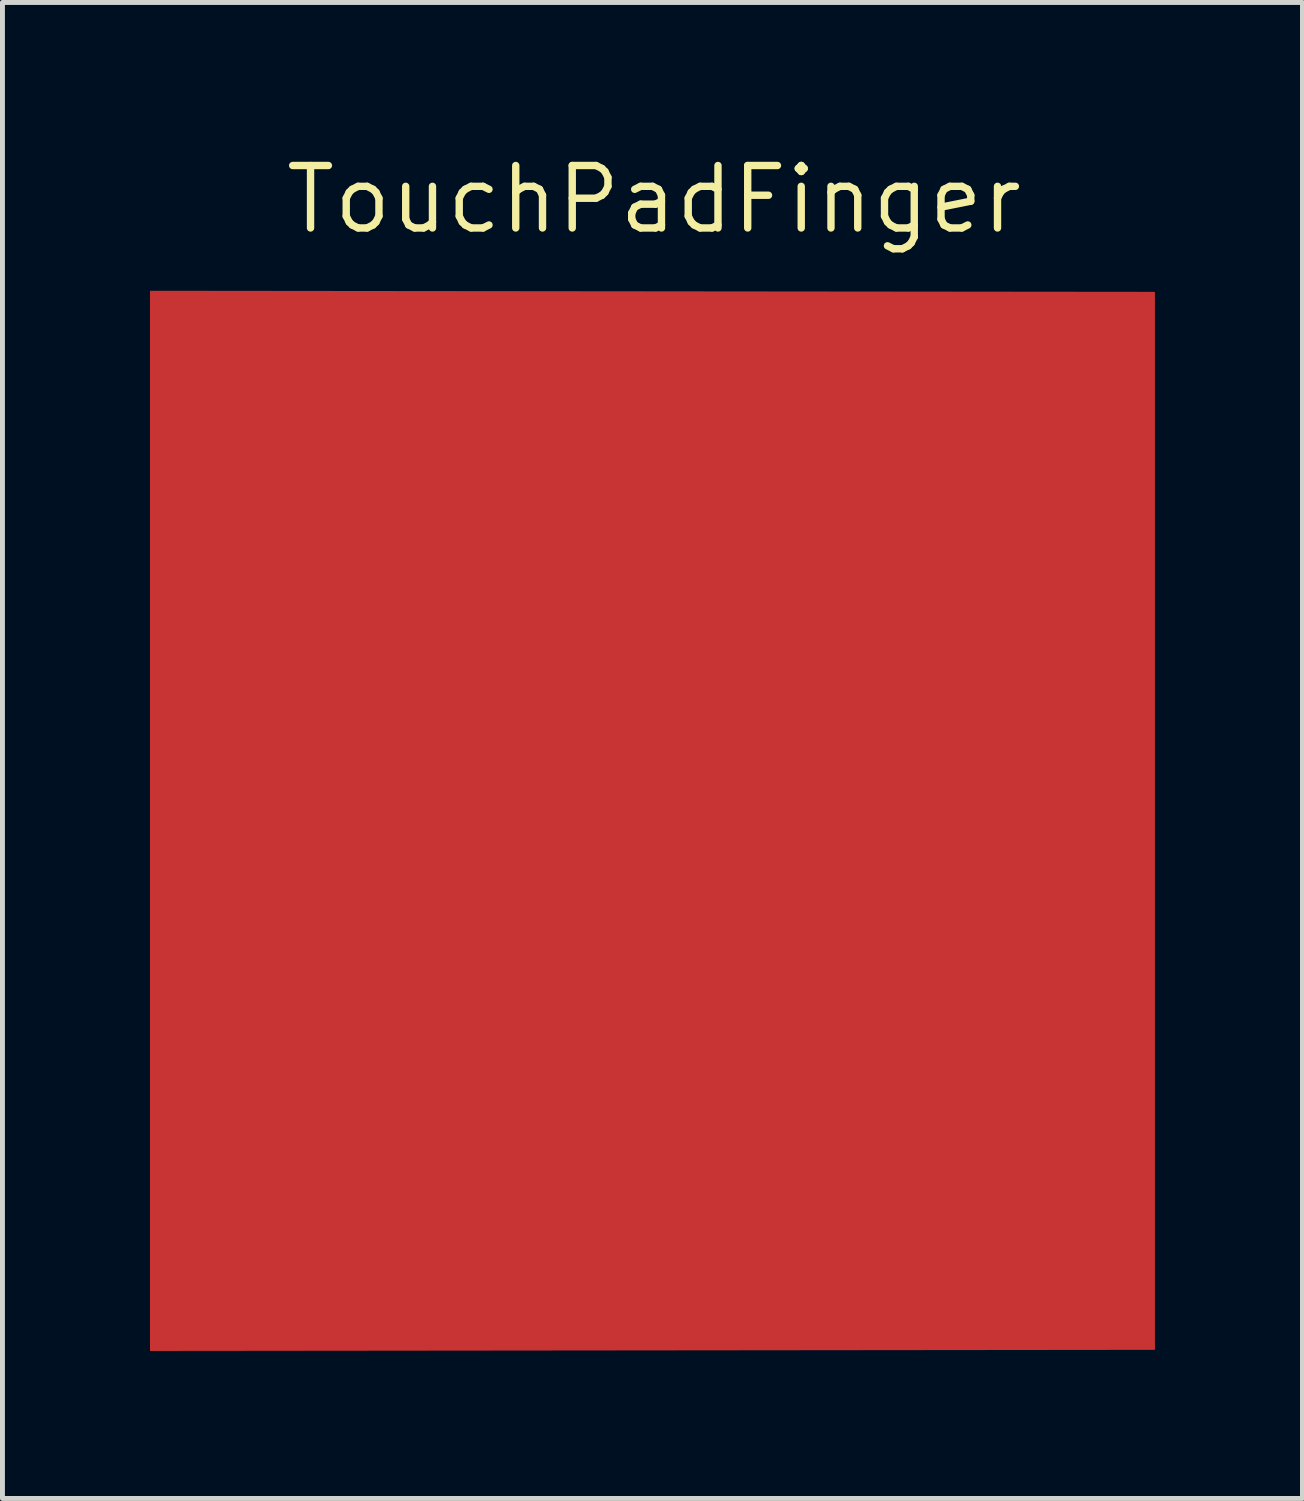
<source format=kicad_pcb>
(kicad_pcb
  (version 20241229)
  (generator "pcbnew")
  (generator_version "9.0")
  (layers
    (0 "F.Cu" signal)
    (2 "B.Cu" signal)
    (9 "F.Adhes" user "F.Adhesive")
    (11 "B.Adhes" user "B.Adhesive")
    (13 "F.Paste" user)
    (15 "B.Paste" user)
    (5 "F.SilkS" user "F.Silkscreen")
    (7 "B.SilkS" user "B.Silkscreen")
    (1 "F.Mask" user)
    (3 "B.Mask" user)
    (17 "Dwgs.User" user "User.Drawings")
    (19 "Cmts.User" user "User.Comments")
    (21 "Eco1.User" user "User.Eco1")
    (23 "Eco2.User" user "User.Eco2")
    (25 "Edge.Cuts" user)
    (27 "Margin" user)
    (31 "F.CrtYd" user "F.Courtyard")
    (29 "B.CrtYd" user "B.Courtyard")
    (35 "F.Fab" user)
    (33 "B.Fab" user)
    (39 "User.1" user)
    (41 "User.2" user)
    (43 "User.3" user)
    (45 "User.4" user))
  (footprint "TouchPadFinger"
    (layer "F.Cu")
    (at 10.25 13.706)
    (property "Reference" "TouchPadFinger" (at 0 -12.7 0) (layer "F.SilkS") (effects (font (size 1.27 1.27) (thickness 0.15))))
    (attr through_hole)
    (fp_poly (pts (xy 1.864 1.246) (xy 1.992 1.307) (xy 2.118 1.42) (xy 2.257 1.597) (xy 2.332 1.707) (xy 2.597 2.068) (xy 2.907 2.405) (xy 3.267 2.722) (xy 3.682 3.022) (xy 4.159 3.309) (xy 4.702 3.588) (xy 5.318 3.861) (xy 6.012 4.132) (xy 6.106 4.167) (xy 6.306 4.275) (xy 6.44 4.422) (xy 6.504 4.597) (xy 6.49 4.789) (xy 6.45 4.896) (xy 6.346 5.06) (xy 6.222 5.165) (xy 6.066 5.213) (xy 5.868 5.207) (xy 5.616 5.148) (xy 5.482 5.105) (xy 4.717 4.816) (xy 4.007 4.487) (xy 3.355 4.123) (xy 2.768 3.725) (xy 2.252 3.299) (xy 1.81 2.846) (xy 1.726 2.745) (xy 1.497 2.451) (xy 1.33 2.205) (xy 1.224 2) (xy 1.173 1.831) (xy 1.168 1.757) (xy 1.21 1.548) (xy 1.319 1.383) (xy 1.483 1.273) (xy 1.694 1.228) (xy 1.723 1.228) (xy 1.864 1.246)) (stroke (width 0.01) (type solid)) (fill yes) (layer "F.Mask"))
    (fp_poly (pts (xy -0.209 8.375) (xy -0.109 8.386) (xy -0.000097 8.409) (xy 0.13 8.449) (xy 0.295 8.511) (xy 0.506 8.597) (xy 0.776 8.713) (xy 0.91 8.771) (xy 1.216 8.909) (xy 1.451 9.025) (xy 1.623 9.128) (xy 1.742 9.225) (xy 1.815 9.321) (xy 1.853 9.426) (xy 1.863 9.54) (xy 1.825 9.744) (xy 1.712 9.909) (xy 1.565 10.013) (xy 1.452 10.058) (xy 1.331 10.073) (xy 1.188 10.057) (xy 1.011 10.006) (xy 0.785 9.918) (xy 0.55 9.814) (xy 0.266 9.689) (xy 0.037 9.602) (xy -0.154 9.554) (xy -0.329 9.544) (xy -0.506 9.573) (xy -0.704 9.641) (xy -0.943 9.748) (xy -1.074 9.811) (xy -1.351 9.939) (xy -1.57 10.024) (xy -1.743 10.068) (xy -1.882 10.074) (xy -2.002 10.043) (xy -2.087 9.996) (xy -2.245 9.856) (xy -2.327 9.687) (xy -2.342 9.549) (xy -2.334 9.427) (xy -2.304 9.325) (xy -2.241 9.233) (xy -2.135 9.142) (xy -1.978 9.044) (xy -1.758 8.93) (xy -1.568 8.837) (xy -1.259 8.691) (xy -1.015 8.579) (xy -0.823 8.496) (xy -0.672 8.439) (xy -0.55 8.402) (xy -0.446 8.382) (xy -0.347 8.374) (xy -0.314 8.373) (xy -0.209 8.375)) (stroke (width 0.01) (type solid)) (fill yes) (layer "F.Mask"))
    (fp_poly (pts (xy -0.324 -3.828) (xy -0.157 -3.72) (xy -0.046 -3.559) (xy -0.000426 -3.354) (xy 0 -3.331) (xy -0.025 -3.183) (xy -0.097 -2.982) (xy -0.207 -2.739) (xy -0.351 -2.466) (xy -0.522 -2.176) (xy -0.713 -1.881) (xy -0.917 -1.593) (xy -0.94 -1.561) (xy -1.41 -1.003) (xy -1.954 -0.473) (xy -2.566 0.024) (xy -3.24 0.485) (xy -3.969 0.906) (xy -4.747 1.283) (xy -5.567 1.61) (xy -6.394 1.877) (xy -6.678 1.957) (xy -6.894 2.012) (xy -7.056 2.045) (xy -7.177 2.058) (xy -7.271 2.051) (xy -7.35 2.026) (xy -7.405 1.999) (xy -7.565 1.869) (xy -7.664 1.697) (xy -7.697 1.505) (xy -7.658 1.312) (xy -7.622 1.24) (xy -7.548 1.143) (xy -7.449 1.065) (xy -7.309 0.998) (xy -7.112 0.934) (xy -6.96 0.894) (xy -6.439 0.742) (xy -5.884 0.549) (xy -5.328 0.326) (xy -4.805 0.086) (xy -4.263 -0.195) (xy -3.787 -0.474) (xy -3.358 -0.766) (xy -2.958 -1.082) (xy -2.57 -1.436) (xy -2.306 -1.701) (xy -1.99 -2.048) (xy -1.72 -2.389) (xy -1.476 -2.752) (xy -1.237 -3.164) (xy -1.192 -3.247) (xy -1.056 -3.49) (xy -0.94 -3.663) (xy -0.833 -3.777) (xy -0.724 -3.842) (xy -0.603 -3.868) (xy -0.535 -3.87) (xy -0.324 -3.828)) (stroke (width 0.01) (type solid)) (fill yes) (layer "F.Mask"))
    (fp_poly (pts (xy -0.165 5.873) (xy -0.035 5.904) (xy 0.091 5.947) (xy 0.276 6.026) (xy 0.505 6.133) (xy 0.764 6.261) (xy 1.016 6.393) (xy 1.602 6.699) (xy 2.141 6.968) (xy 2.656 7.21) (xy 3.168 7.436) (xy 3.323 7.502) (xy 3.563 7.605) (xy 3.738 7.687) (xy 3.861 7.757) (xy 3.946 7.824) (xy 4.006 7.896) (xy 4.047 7.967) (xy 4.099 8.153) (xy 4.08 8.346) (xy 3.995 8.523) (xy 3.853 8.66) (xy 3.811 8.685) (xy 3.68 8.74) (xy 3.552 8.754) (xy 3.404 8.726) (xy 3.209 8.656) (xy 3.196 8.65) (xy 2.639 8.411) (xy 2.051 8.141) (xy 1.416 7.834) (xy 0.917 7.583) (xy 0.622 7.433) (xy 0.39 7.317) (xy 0.212 7.231) (xy 0.076 7.17) (xy -0.03 7.13) (xy -0.116 7.107) (xy -0.194 7.096) (xy -0.275 7.093) (xy -0.332 7.093) (xy -0.464 7.098) (xy -0.577 7.114) (xy -0.693 7.149) (xy -0.835 7.211) (xy -1.027 7.305) (xy -1.049 7.316) (xy -1.343 7.461) (xy -1.665 7.612) (xy -2.004 7.766) (xy -2.351 7.917) (xy -2.694 8.061) (xy -3.023 8.195) (xy -3.327 8.313) (xy -3.597 8.413) (xy -3.82 8.488) (xy -3.988 8.536) (xy -4.086 8.551) (xy -4.267 8.512) (xy -4.427 8.406) (xy -4.546 8.252) (xy -4.609 8.068) (xy -4.614 7.997) (xy -4.589 7.826) (xy -4.508 7.685) (xy -4.363 7.562) (xy -4.144 7.45) (xy -4.063 7.418) (xy -3.862 7.34) (xy -3.621 7.246) (xy -3.377 7.152) (xy -3.26 7.106) (xy -3.095 7.038) (xy -2.87 6.94) (xy -2.604 6.82) (xy -2.312 6.685) (xy -2.011 6.544) (xy -1.82 6.452) (xy -1.537 6.317) (xy -1.263 6.192) (xy -1.013 6.081) (xy -0.802 5.992) (xy -0.641 5.93) (xy -0.561 5.904) (xy -0.404 5.869) (xy -0.286 5.858) (xy -0.165 5.873)) (stroke (width 0.01) (type solid)) (fill yes) (layer "F.Mask"))
    (fp_poly (pts (xy 0.026 3.224) (xy 0.148 3.248) (xy 0.275 3.297) (xy 0.422 3.377) (xy 0.601 3.495) (xy 0.824 3.656) (xy 0.972 3.768) (xy 1.192 3.932) (xy 1.433 4.105) (xy 1.665 4.267) (xy 1.859 4.397) (xy 1.863 4.4) (xy 2.125 4.559) (xy 2.45 4.741) (xy 2.82 4.935) (xy 3.221 5.135) (xy 3.634 5.331) (xy 4.043 5.516) (xy 4.431 5.682) (xy 4.563 5.735) (xy 4.811 5.837) (xy 5.033 5.934) (xy 5.215 6.02) (xy 5.342 6.089) (xy 5.396 6.127) (xy 5.505 6.291) (xy 5.542 6.477) (xy 5.51 6.667) (xy 5.409 6.84) (xy 5.352 6.897) (xy 5.263 6.966) (xy 5.17 7.01) (xy 5.062 7.028) (xy 4.93 7.018) (xy 4.762 6.979) (xy 4.548 6.908) (xy 4.276 6.806) (xy 4 6.695) (xy 3.267 6.383) (xy 2.598 6.068) (xy 1.974 5.739) (xy 1.374 5.387) (xy 0.78 5) (xy 0.741 4.974) (xy 0.494 4.807) (xy 0.305 4.683) (xy 0.158 4.595) (xy 0.044 4.538) (xy -0.052 4.506) (xy -0.142 4.491) (xy -0.23 4.487) (xy -0.331 4.496) (xy -0.443 4.525) (xy -0.583 4.583) (xy -0.768 4.674) (xy -0.899 4.743) (xy -1.679 5.146) (xy -2.431 5.5) (xy -3.187 5.818) (xy -3.976 6.113) (xy -4.356 6.244) (xy -4.725 6.367) (xy -5.023 6.462) (xy -5.26 6.53) (xy -5.446 6.573) (xy -5.591 6.592) (xy -5.703 6.586) (xy -5.792 6.558) (xy -5.869 6.509) (xy -5.941 6.438) (xy -5.966 6.411) (xy -6.049 6.299) (xy -6.087 6.188) (xy -6.096 6.048) (xy -6.088 5.922) (xy -6.059 5.817) (xy -6 5.727) (xy -5.901 5.645) (xy -5.753 5.566) (xy -5.547 5.482) (xy -5.275 5.387) (xy -5.059 5.316) (xy -4.078 4.979) (xy -3.157 4.611) (xy -2.271 4.203) (xy -1.398 3.745) (xy -1.245 3.659) (xy -0.953 3.497) (xy -0.717 3.379) (xy -0.524 3.297) (xy -0.358 3.246) (xy -0.207 3.222) (xy -0.103 3.217) (xy 0.026 3.224)) (stroke (width 0.01) (type solid)) (fill yes) (layer "F.Mask"))
    (fp_poly (pts (xy -0.088 -6.195) (xy 0.395 -6.086) (xy 0.842 -5.904) (xy 1.256 -5.644) (xy 1.613 -5.335) (xy 1.796 -5.147) (xy 1.932 -4.986) (xy 2.039 -4.828) (xy 2.138 -4.646) (xy 2.154 -4.614) (xy 2.329 -4.183) (xy 2.425 -3.761) (xy 2.444 -3.339) (xy 2.441 -3.279) (xy 2.414 -3.008) (xy 2.367 -2.754) (xy 2.293 -2.497) (xy 2.188 -2.218) (xy 2.044 -1.897) (xy 1.97 -1.744) (xy 1.54 -0.959) (xy 1.043 -0.219) (xy 0.474 0.478) (xy -0.167 1.136) (xy -0.882 1.757) (xy -1.164 1.976) (xy -1.874 2.469) (xy -2.651 2.931) (xy -3.48 3.355) (xy -4.348 3.734) (xy -5.24 4.061) (xy -5.993 4.289) (xy -6.209 4.348) (xy -6.362 4.387) (xy -6.467 4.409) (xy -6.542 4.417) (xy -6.604 4.414) (xy -6.671 4.402) (xy -6.681 4.4) (xy -6.866 4.321) (xy -7.003 4.185) (xy -7.083 4.009) (xy -7.095 3.812) (xy -7.073 3.713) (xy -7.026 3.602) (xy -6.958 3.513) (xy -6.857 3.436) (xy -6.71 3.365) (xy -6.504 3.292) (xy -6.26 3.218) (xy -5.252 2.892) (xy -4.303 2.516) (xy -3.414 2.089) (xy -2.589 1.615) (xy -1.827 1.093) (xy -1.132 0.526) (xy -0.504 -0.086) (xy 0.054 -0.74) (xy 0.54 -1.436) (xy 0.953 -2.171) (xy 1.027 -2.323) (xy 1.203 -2.754) (xy 1.305 -3.147) (xy 1.332 -3.506) (xy 1.285 -3.836) (xy 1.164 -4.138) (xy 0.968 -4.418) (xy 0.945 -4.445) (xy 0.64 -4.724) (xy 0.296 -4.935) (xy -0.077 -5.073) (xy -0.466 -5.138) (xy -0.862 -5.126) (xy -1.254 -5.037) (xy -1.505 -4.933) (xy -1.76 -4.785) (xy -1.984 -4.599) (xy -2.187 -4.364) (xy -2.381 -4.066) (xy -2.532 -3.786) (xy -2.765 -3.354) (xy -3.001 -2.984) (xy -3.255 -2.654) (xy -3.544 -2.341) (xy -3.549 -2.335) (xy -4.051 -1.887) (xy -4.621 -1.472) (xy -5.251 -1.097) (xy -5.928 -0.767) (xy -6.642 -0.489) (xy -6.827 -0.428) (xy -7.089 -0.35) (xy -7.29 -0.308) (xy -7.444 -0.3) (xy -7.569 -0.328) (xy -7.678 -0.392) (xy -7.737 -0.441) (xy -7.828 -0.532) (xy -7.876 -0.612) (xy -7.893 -0.716) (xy -7.895 -0.826) (xy -7.89 -0.969) (xy -7.866 -1.063) (xy -7.809 -1.141) (xy -7.746 -1.202) (xy -7.587 -1.311) (xy -7.356 -1.411) (xy -7.23 -1.453) (xy -6.524 -1.705) (xy -5.876 -2.002) (xy -5.29 -2.341) (xy -4.769 -2.72) (xy -4.316 -3.135) (xy -3.935 -3.585) (xy -3.63 -4.067) (xy -3.549 -4.226) (xy -3.286 -4.713) (xy -2.995 -5.125) (xy -2.673 -5.466) (xy -2.314 -5.743) (xy -2.076 -5.881) (xy -1.688 -6.055) (xy -1.305 -6.166) (xy -0.898 -6.221) (xy -0.614 -6.231) (xy -0.088 -6.195)) (stroke (width 0.01) (type solid)) (fill yes) (layer "F.Mask"))
    (fp_poly (pts (xy 0.241 -10.44) (xy 1.04 -10.324) (xy 1.838 -10.134) (xy 2.232 -10.012) (xy 2.947 -9.737) (xy 3.621 -9.404) (xy 4.248 -9.017) (xy 4.82 -8.582) (xy 5.334 -8.103) (xy 5.781 -7.586) (xy 6.158 -7.034) (xy 6.301 -6.777) (xy 6.514 -6.315) (xy 6.704 -5.794) (xy 6.861 -5.24) (xy 6.907 -5.038) (xy 6.939 -4.884) (xy 6.963 -4.741) (xy 6.98 -4.594) (xy 6.992 -4.426) (xy 6.999 -4.223) (xy 7.002 -3.969) (xy 7.004 -3.649) (xy 7.004 -3.577) (xy 7.003 -3.25) (xy 7 -2.988) (xy 6.994 -2.77) (xy 6.982 -2.575) (xy 6.963 -2.384) (xy 6.935 -2.176) (xy 6.896 -1.931) (xy 6.846 -1.628) (xy 6.842 -1.609) (xy 6.777 -1.207) (xy 6.731 -0.879) (xy 6.706 -0.614) (xy 6.703 -0.404) (xy 6.723 -0.239) (xy 6.768 -0.109) (xy 6.839 -0.006) (xy 6.936 0.081) (xy 7.062 0.16) (xy 7.08 0.17) (xy 7.266 0.283) (xy 7.388 0.388) (xy 7.462 0.503) (xy 7.492 0.587) (xy 7.513 0.8) (xy 7.461 0.987) (xy 7.345 1.135) (xy 7.173 1.231) (xy 7.039 1.258) (xy 6.918 1.262) (xy 6.805 1.242) (xy 6.672 1.191) (xy 6.536 1.125) (xy 6.216 0.921) (xy 5.949 0.66) (xy 5.747 0.356) (xy 5.723 0.306) (xy 5.676 0.201) (xy 5.645 0.107) (xy 5.625 0.003) (xy 5.615 -0.129) (xy 5.611 -0.311) (xy 5.61 -0.508) (xy 5.614 -0.749) (xy 5.625 -0.971) (xy 5.647 -1.196) (xy 5.683 -1.448) (xy 5.733 -1.75) (xy 5.757 -1.884) (xy 5.808 -2.171) (xy 5.846 -2.404) (xy 5.872 -2.607) (xy 5.889 -2.802) (xy 5.899 -3.014) (xy 5.903 -3.264) (xy 5.904 -3.556) (xy 5.904 -3.868) (xy 5.9 -4.113) (xy 5.891 -4.31) (xy 5.877 -4.475) (xy 5.855 -4.627) (xy 5.824 -4.785) (xy 5.807 -4.863) (xy 5.66 -5.428) (xy 5.481 -5.926) (xy 5.264 -6.375) (xy 4.997 -6.789) (xy 4.674 -7.186) (xy 4.342 -7.526) (xy 3.818 -7.97) (xy 3.241 -8.355) (xy 2.619 -8.681) (xy 1.961 -8.946) (xy 1.275 -9.15) (xy 0.569 -9.291) (xy -0.147 -9.369) (xy -0.864 -9.382) (xy -1.576 -9.329) (xy -2.272 -9.209) (xy -2.944 -9.022) (xy -3.584 -8.765) (xy -3.992 -8.553) (xy -4.564 -8.18) (xy -5.091 -7.74) (xy -5.577 -7.229) (xy -6.024 -6.646) (xy -6.161 -6.453) (xy -6.265 -6.319) (xy -6.348 -6.232) (xy -6.422 -6.179) (xy -6.489 -6.15) (xy -6.679 -6.128) (xy -6.858 -6.176) (xy -7.009 -6.283) (xy -7.114 -6.435) (xy -7.154 -6.62) (xy -7.154 -6.627) (xy -7.13 -6.755) (xy -7.062 -6.934) (xy -6.96 -7.145) (xy -6.833 -7.374) (xy -6.689 -7.602) (xy -6.538 -7.812) (xy -6.505 -7.854) (xy -6.014 -8.399) (xy -5.468 -8.884) (xy -4.871 -9.307) (xy -4.23 -9.668) (xy -3.55 -9.965) (xy -2.837 -10.196) (xy -2.096 -10.361) (xy -1.332 -10.457) (xy -0.551 -10.484) (xy 0.241 -10.44)) (stroke (width 0.01) (type solid)) (fill yes) (layer "F.Mask"))
    (fp_poly (pts (xy 0.233 -8.357) (xy 0.89 -8.242) (xy 1.519 -8.053) (xy 2.114 -7.793) (xy 2.668 -7.466) (xy 3.174 -7.074) (xy 3.512 -6.745) (xy 3.912 -6.265) (xy 4.237 -5.757) (xy 4.495 -5.21) (xy 4.69 -4.617) (xy 4.729 -4.468) (xy 4.757 -4.335) (xy 4.777 -4.201) (xy 4.79 -4.049) (xy 4.797 -3.86) (xy 4.8 -3.618) (xy 4.801 -3.387) (xy 4.8 -3.109) (xy 4.797 -2.882) (xy 4.788 -2.685) (xy 4.772 -2.496) (xy 4.748 -2.296) (xy 4.713 -2.065) (xy 4.665 -1.781) (xy 4.635 -1.609) (xy 4.576 -1.259) (xy 4.531 -0.973) (xy 4.5 -0.733) (xy 4.481 -0.52) (xy 4.471 -0.317) (xy 4.467 -0.106) (xy 4.468 0.125) (xy 4.473 0.292) (xy 4.486 0.415) (xy 4.51 0.515) (xy 4.547 0.614) (xy 4.584 0.697) (xy 4.714 0.944) (xy 4.855 1.138) (xy 5.032 1.31) (xy 5.18 1.427) (xy 5.493 1.633) (xy 5.844 1.816) (xy 6.254 1.986) (xy 6.447 2.055) (xy 6.705 2.152) (xy 6.891 2.244) (xy 7.017 2.341) (xy 7.094 2.452) (xy 7.133 2.587) (xy 7.142 2.654) (xy 7.125 2.87) (xy 7.038 3.047) (xy 6.888 3.174) (xy 6.837 3.199) (xy 6.748 3.233) (xy 6.668 3.249) (xy 6.58 3.246) (xy 6.465 3.221) (xy 6.304 3.171) (xy 6.117 3.108) (xy 5.622 2.916) (xy 5.16 2.696) (xy 4.742 2.453) (xy 4.379 2.195) (xy 4.084 1.929) (xy 3.959 1.787) (xy 3.76 1.511) (xy 3.602 1.225) (xy 3.483 0.92) (xy 3.402 0.588) (xy 3.36 0.221) (xy 3.353 -0.191) (xy 3.382 -0.656) (xy 3.446 -1.183) (xy 3.538 -1.757) (xy 3.594 -2.074) (xy 3.634 -2.331) (xy 3.663 -2.547) (xy 3.681 -2.747) (xy 3.692 -2.95) (xy 3.696 -3.179) (xy 3.697 -3.365) (xy 3.696 -3.638) (xy 3.692 -3.845) (xy 3.682 -4.006) (xy 3.665 -4.139) (xy 3.639 -4.265) (xy 3.601 -4.402) (xy 3.584 -4.457) (xy 3.377 -4.999) (xy 3.102 -5.492) (xy 2.763 -5.933) (xy 2.361 -6.32) (xy 1.902 -6.649) (xy 1.386 -6.918) (xy 0.818 -7.125) (xy 0.445 -7.22) (xy 0.126 -7.269) (xy -0.244 -7.293) (xy -0.634 -7.292) (xy -1.014 -7.268) (xy -1.355 -7.22) (xy -1.431 -7.204) (xy -2.03 -7.028) (xy -2.587 -6.781) (xy -3.096 -6.468) (xy -3.554 -6.09) (xy -3.956 -5.652) (xy -4.276 -5.193) (xy -4.552 -4.746) (xy -4.802 -4.367) (xy -5.034 -4.047) (xy -5.256 -3.778) (xy -5.477 -3.551) (xy -5.706 -3.357) (xy -5.951 -3.188) (xy -6.221 -3.034) (xy -6.525 -2.888) (xy -6.576 -2.865) (xy -6.881 -2.745) (xy -7.13 -2.681) (xy -7.331 -2.672) (xy -7.49 -2.718) (xy -7.564 -2.768) (xy -7.709 -2.935) (xy -7.775 -3.125) (xy -7.771 -3.282) (xy -7.709 -3.446) (xy -7.587 -3.588) (xy -7.395 -3.714) (xy -7.176 -3.812) (xy -6.98 -3.895) (xy -6.779 -3.991) (xy -6.613 -4.08) (xy -6.599 -4.088) (xy -6.37 -4.256) (xy -6.127 -4.487) (xy -5.885 -4.763) (xy -5.658 -5.068) (xy -5.527 -5.273) (xy -5.245 -5.73) (xy -4.983 -6.119) (xy -4.732 -6.451) (xy -4.482 -6.737) (xy -4.224 -6.988) (xy -3.948 -7.215) (xy -3.678 -7.407) (xy -3.088 -7.76) (xy -2.494 -8.033) (xy -1.884 -8.227) (xy -1.248 -8.347) (xy -0.576 -8.394) (xy -0.445 -8.396) (xy 0.233 -8.357)) (stroke (width 0.01) (type solid)) (fill yes) (layer "F.Mask"))
    (pad "1" smd custom (at 0 0) (size 1.524 1.524) (layers "F.Cu") (options (anchor circle)) (primitives (gr_poly (pts (xy -0.032 -10.827) (xy 10.181 -10.816) (xy 10.181 10.689) (xy -0.032 10.7) (xy -10.245 10.711) (xy -10.245 -10.838) (xy -0.032 -10.827)) (width 0.01) (fill yes)))))
  (gr_rect
    (start -3 -3)
    (end 23.436 27.422)
    (stroke (width 0.1) (type default))
    (fill no)
    (layer "Edge.Cuts")))
</source>
